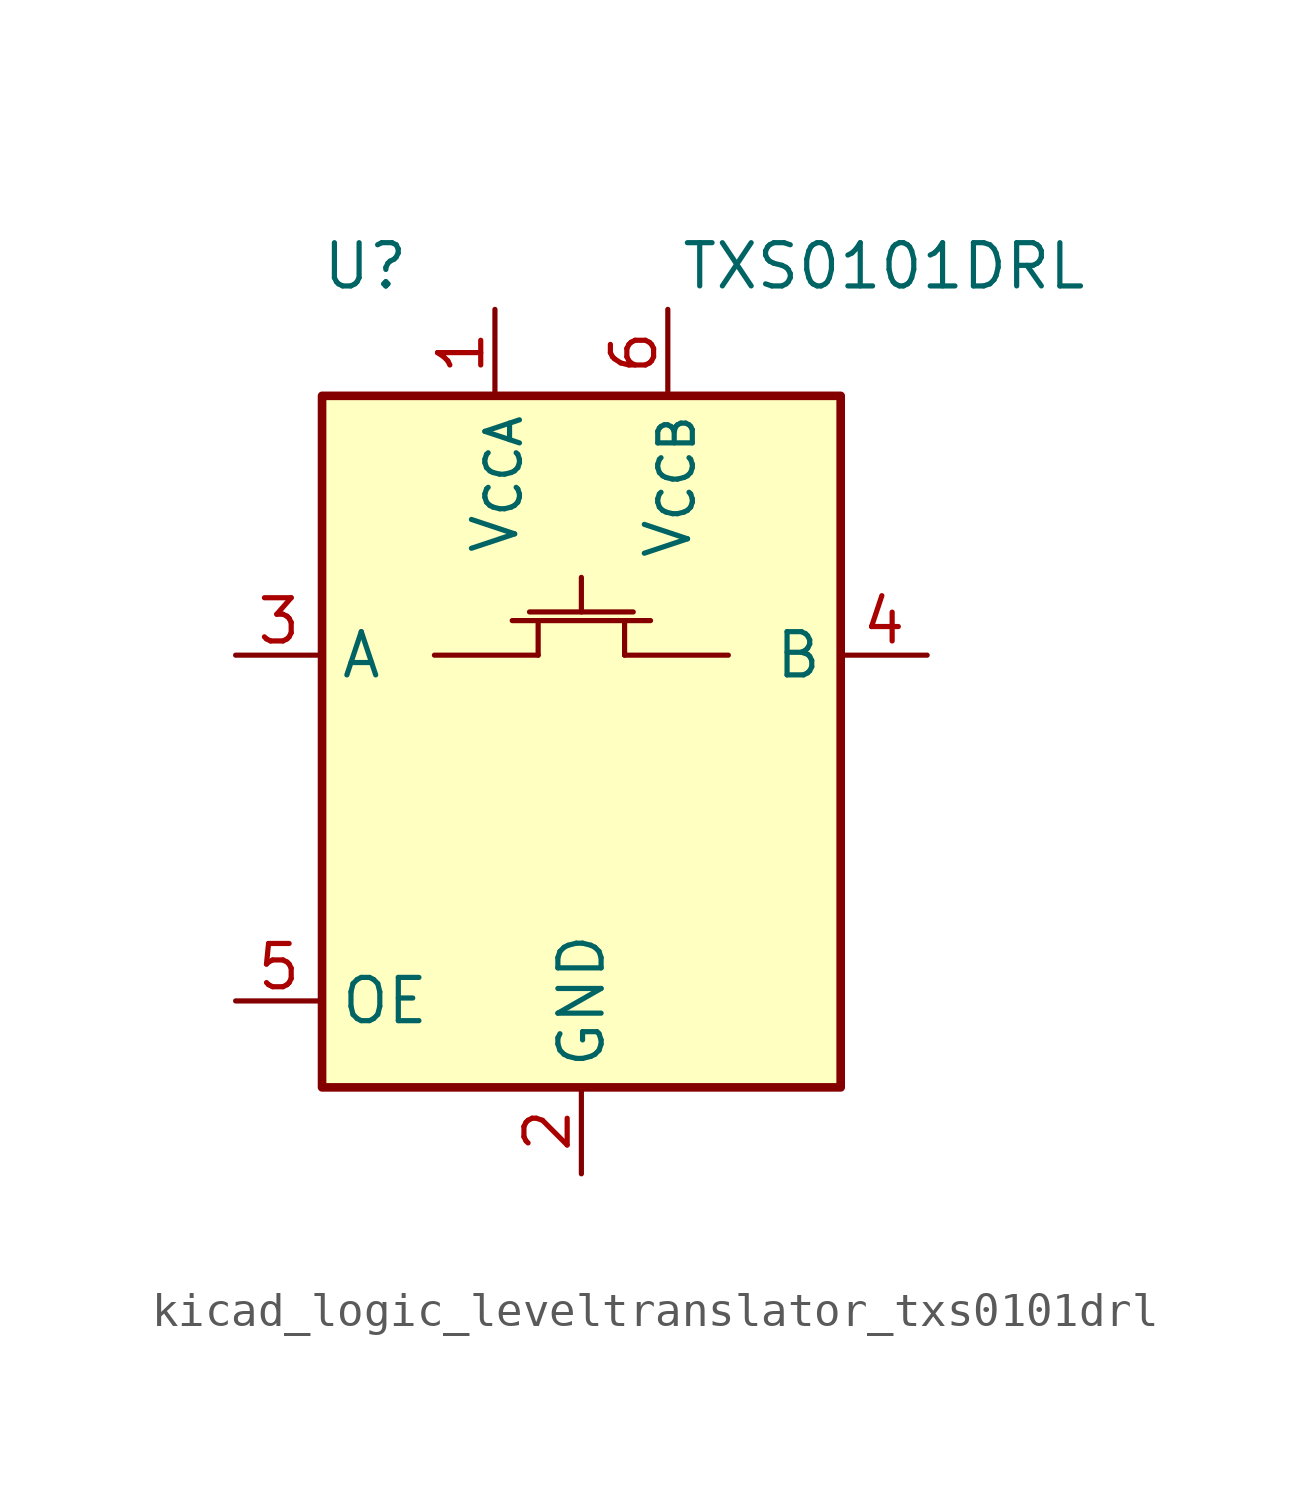
<source format=kicad_sym>
(kicad_symbol_lib
  (version 20220914)
  (generator kicad_symbol_editor)
  (symbol "kicad_logic_leveltranslator_txs0101drl"
    (property "Reference" "U"
      (at -6.35 13.97 0)
      (effects (font (size 1.27 1.27))))
    (property "Value" "TXS0101DRL"
      (at 8.89 13.97 0)
      (effects (font (size 1.27 1.27))))
    (symbol "kicad_logic_leveltranslator_txs0101drl_0_1"
      (rectangle (start -7.62 10.16) (end 7.62 -10.16) (stroke (width 0.254) (type default)) (fill (type background))))
    (symbol "kicad_logic_leveltranslator_txs0101drl_1_1"
      (polyline (pts (xy -4.318 2.54) (xy -1.27 2.54)) (stroke (width 0) (type default)) (fill (type none)))
      (polyline (pts (xy -2.032 3.556) (xy 2.032 3.556)) (stroke (width 0) (type default)) (fill (type none)))
      (polyline (pts (xy -1.524 3.81) (xy 1.524 3.81)) (stroke (width 0) (type default)) (fill (type none)))
      (polyline (pts (xy -1.27 2.54) (xy -1.27 3.556)) (stroke (width 0) (type default)) (fill (type none)))
      (polyline (pts (xy 0 3.81) (xy 0 4.826)) (stroke (width 0) (type default)) (fill (type none)))
      (polyline (pts (xy 1.27 2.54) (xy 1.27 3.556)) (stroke (width 0) (type default)) (fill (type none)))
      (polyline (pts (xy 4.318 2.54) (xy 1.27 2.54)) (stroke (width 0) (type default)) (fill (type none)))
      (pin power_in line (at -2.54 12.7 270) (length 2.54) (name "V_{CCA}" (effects (font (size 1.27 1.27)))) (number "1" (effects (font (size 1.27 1.27)))))
      (pin power_in line (at 0 -12.7 90) (length 2.54) (name "GND" (effects (font (size 1.27 1.27)))) (number "2" (effects (font (size 1.27 1.27)))))
      (pin bidirectional line (at -10.16 2.54 0) (length 2.54) (name "A" (effects (font (size 1.27 1.27)))) (number "3" (effects (font (size 1.27 1.27)))))
      (pin bidirectional line (at 10.16 2.54 180) (length 2.54) (name "B" (effects (font (size 1.27 1.27)))) (number "4" (effects (font (size 1.27 1.27)))))
      (pin input line (at -10.16 -7.62 0) (length 2.54) (name "OE" (effects (font (size 1.27 1.27)))) (number "5" (effects (font (size 1.27 1.27)))))
      (pin power_in line (at 2.54 12.7 270) (length 2.54) (name "V_{CCB}" (effects (font (size 1.27 1.27)))) (number "6" (effects (font (size 1.27 1.27))))))))
</source>
